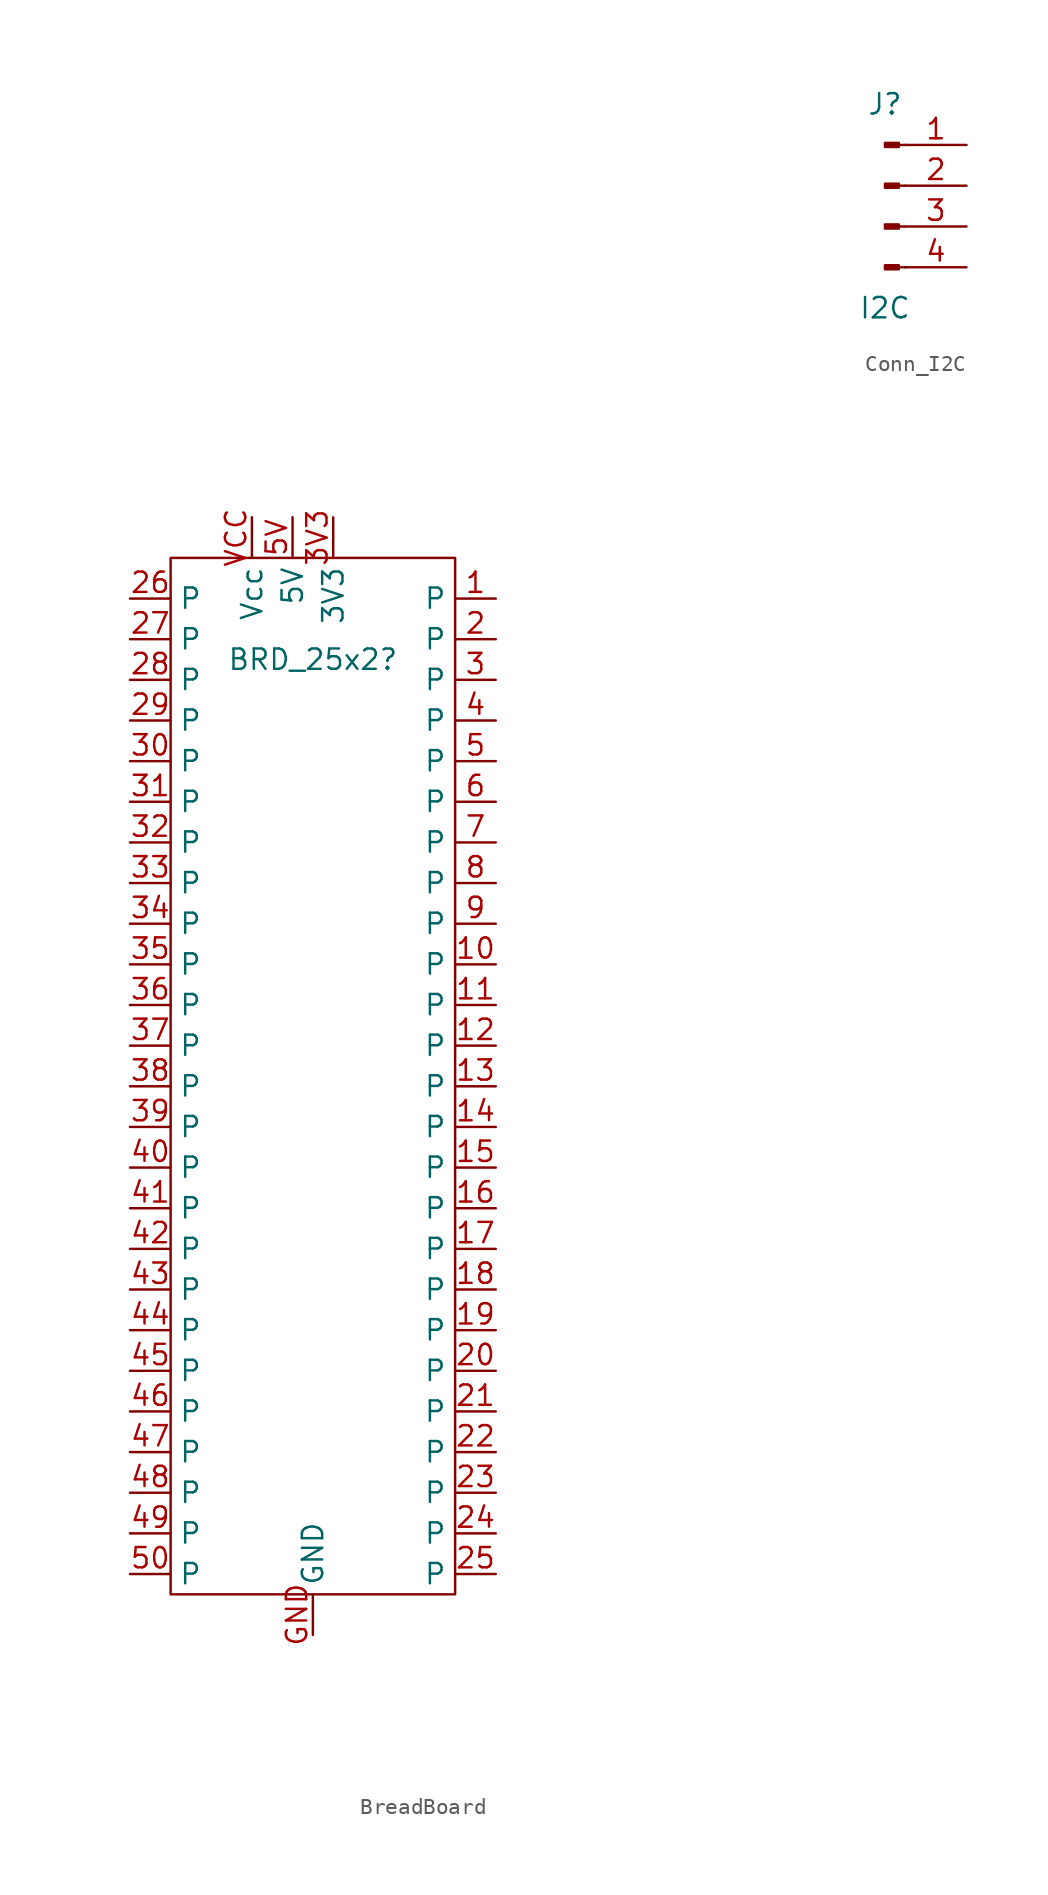
<source format=kicad_sym>
(kicad_symbol_lib
  (version 20220914)
  (generator kicad_symbol_editor)
  (symbol "BreadBoard"
    (property "Reference" "BRD_25x2"
      (at -19.05 -13.97 0)
      (effects (font (size 1.27 1.27))))
    (property "Value" ""
      (at 6.35 13.97 0)
      (effects (font (size 1.27 1.27))))
    (symbol "BreadBoard_0_1"
      (rectangle (start -27.94 -7.62) (end -10.16 -72.39) (stroke (width 0) (type default)) (fill (type none))))
    (symbol "BreadBoard_1_1"
      (pin passive line (at -7.62 -10.16 180) (length 2.54) (name "P" (effects (font (size 1.27 1.27)))) (number "1" (effects (font (size 1.27 1.27)))))
      (pin passive line (at -7.62 -33.02 180) (length 2.54) (name "P" (effects (font (size 1.27 1.27)))) (number "10" (effects (font (size 1.27 1.27)))))
      (pin passive line (at -7.62 -35.56 180) (length 2.54) (name "P" (effects (font (size 1.27 1.27)))) (number "11" (effects (font (size 1.27 1.27)))))
      (pin passive line (at -7.62 -38.1 180) (length 2.54) (name "P" (effects (font (size 1.27 1.27)))) (number "12" (effects (font (size 1.27 1.27)))))
      (pin passive line (at -7.62 -40.64 180) (length 2.54) (name "P" (effects (font (size 1.27 1.27)))) (number "13" (effects (font (size 1.27 1.27)))))
      (pin passive line (at -7.62 -43.18 180) (length 2.54) (name "P" (effects (font (size 1.27 1.27)))) (number "14" (effects (font (size 1.27 1.27)))))
      (pin passive line (at -7.62 -45.72 180) (length 2.54) (name "P" (effects (font (size 1.27 1.27)))) (number "15" (effects (font (size 1.27 1.27)))))
      (pin passive line (at -7.62 -48.26 180) (length 2.54) (name "P" (effects (font (size 1.27 1.27)))) (number "16" (effects (font (size 1.27 1.27)))))
      (pin passive line (at -7.62 -50.8 180) (length 2.54) (name "P" (effects (font (size 1.27 1.27)))) (number "17" (effects (font (size 1.27 1.27)))))
      (pin passive line (at -7.62 -53.34 180) (length 2.54) (name "P" (effects (font (size 1.27 1.27)))) (number "18" (effects (font (size 1.27 1.27)))))
      (pin passive line (at -7.62 -55.88 180) (length 2.54) (name "P" (effects (font (size 1.27 1.27)))) (number "19" (effects (font (size 1.27 1.27)))))
      (pin passive line (at -7.62 -12.7 180) (length 2.54) (name "P" (effects (font (size 1.27 1.27)))) (number "2" (effects (font (size 1.27 1.27)))))
      (pin passive line (at -7.62 -58.42 180) (length 2.54) (name "P" (effects (font (size 1.27 1.27)))) (number "20" (effects (font (size 1.27 1.27)))))
      (pin passive line (at -7.62 -60.96 180) (length 2.54) (name "P" (effects (font (size 1.27 1.27)))) (number "21" (effects (font (size 1.27 1.27)))))
      (pin passive line (at -7.62 -63.5 180) (length 2.54) (name "P" (effects (font (size 1.27 1.27)))) (number "22" (effects (font (size 1.27 1.27)))))
      (pin passive line (at -7.62 -66.04 180) (length 2.54) (name "P" (effects (font (size 1.27 1.27)))) (number "23" (effects (font (size 1.27 1.27)))))
      (pin passive line (at -7.62 -68.58 180) (length 2.54) (name "P" (effects (font (size 1.27 1.27)))) (number "24" (effects (font (size 1.27 1.27)))))
      (pin passive line (at -7.62 -71.12 180) (length 2.54) (name "P" (effects (font (size 1.27 1.27)))) (number "25" (effects (font (size 1.27 1.27)))))
      (pin passive line (at -30.48 -10.16 0) (length 2.54) (name "P" (effects (font (size 1.27 1.27)))) (number "26" (effects (font (size 1.27 1.27)))))
      (pin passive line (at -30.48 -12.7 0) (length 2.54) (name "P" (effects (font (size 1.27 1.27)))) (number "27" (effects (font (size 1.27 1.27)))))
      (pin passive line (at -30.48 -15.24 0) (length 2.54) (name "P" (effects (font (size 1.27 1.27)))) (number "28" (effects (font (size 1.27 1.27)))))
      (pin passive line (at -30.48 -17.78 0) (length 2.54) (name "P" (effects (font (size 1.27 1.27)))) (number "29" (effects (font (size 1.27 1.27)))))
      (pin passive line (at -7.62 -15.24 180) (length 2.54) (name "P" (effects (font (size 1.27 1.27)))) (number "3" (effects (font (size 1.27 1.27)))))
      (pin passive line (at -30.48 -20.32 0) (length 2.54) (name "P" (effects (font (size 1.27 1.27)))) (number "30" (effects (font (size 1.27 1.27)))))
      (pin passive line (at -30.48 -22.86 0) (length 2.54) (name "P" (effects (font (size 1.27 1.27)))) (number "31" (effects (font (size 1.27 1.27)))))
      (pin passive line (at -30.48 -25.4 0) (length 2.54) (name "P" (effects (font (size 1.27 1.27)))) (number "32" (effects (font (size 1.27 1.27)))))
      (pin passive line (at -30.48 -27.94 0) (length 2.54) (name "P" (effects (font (size 1.27 1.27)))) (number "33" (effects (font (size 1.27 1.27)))))
      (pin passive line (at -30.48 -30.48 0) (length 2.54) (name "P" (effects (font (size 1.27 1.27)))) (number "34" (effects (font (size 1.27 1.27)))))
      (pin passive line (at -30.48 -33.02 0) (length 2.54) (name "P" (effects (font (size 1.27 1.27)))) (number "35" (effects (font (size 1.27 1.27)))))
      (pin passive line (at -30.48 -35.56 0) (length 2.54) (name "P" (effects (font (size 1.27 1.27)))) (number "36" (effects (font (size 1.27 1.27)))))
      (pin passive line (at -30.48 -38.1 0) (length 2.54) (name "P" (effects (font (size 1.27 1.27)))) (number "37" (effects (font (size 1.27 1.27)))))
      (pin passive line (at -30.48 -40.64 0) (length 2.54) (name "P" (effects (font (size 1.27 1.27)))) (number "38" (effects (font (size 1.27 1.27)))))
      (pin passive line (at -30.48 -43.18 0) (length 2.54) (name "P" (effects (font (size 1.27 1.27)))) (number "39" (effects (font (size 1.27 1.27)))))
      (pin power_in line (at -17.78 -5.08 270) (length 2.54) (name "3V3" (effects (font (size 1.27 1.27)))) (number "3V3" (effects (font (size 1.27 1.27)))))
      (pin passive line (at -7.62 -17.78 180) (length 2.54) (name "P" (effects (font (size 1.27 1.27)))) (number "4" (effects (font (size 1.27 1.27)))))
      (pin passive line (at -30.48 -45.72 0) (length 2.54) (name "P" (effects (font (size 1.27 1.27)))) (number "40" (effects (font (size 1.27 1.27)))))
      (pin passive line (at -30.48 -48.26 0) (length 2.54) (name "P" (effects (font (size 1.27 1.27)))) (number "41" (effects (font (size 1.27 1.27)))))
      (pin passive line (at -30.48 -50.8 0) (length 2.54) (name "P" (effects (font (size 1.27 1.27)))) (number "42" (effects (font (size 1.27 1.27)))))
      (pin passive line (at -30.48 -53.34 0) (length 2.54) (name "P" (effects (font (size 1.27 1.27)))) (number "43" (effects (font (size 1.27 1.27)))))
      (pin passive line (at -30.48 -55.88 0) (length 2.54) (name "P" (effects (font (size 1.27 1.27)))) (number "44" (effects (font (size 1.27 1.27)))))
      (pin passive line (at -30.48 -58.42 0) (length 2.54) (name "P" (effects (font (size 1.27 1.27)))) (number "45" (effects (font (size 1.27 1.27)))))
      (pin passive line (at -30.48 -60.96 0) (length 2.54) (name "P" (effects (font (size 1.27 1.27)))) (number "46" (effects (font (size 1.27 1.27)))))
      (pin passive line (at -30.48 -63.5 0) (length 2.54) (name "P" (effects (font (size 1.27 1.27)))) (number "47" (effects (font (size 1.27 1.27)))))
      (pin passive line (at -30.48 -66.04 0) (length 2.54) (name "P" (effects (font (size 1.27 1.27)))) (number "48" (effects (font (size 1.27 1.27)))))
      (pin passive line (at -30.48 -68.58 0) (length 2.54) (name "P" (effects (font (size 1.27 1.27)))) (number "49" (effects (font (size 1.27 1.27)))))
      (pin passive line (at -7.62 -20.32 180) (length 2.54) (name "P" (effects (font (size 1.27 1.27)))) (number "5" (effects (font (size 1.27 1.27)))))
      (pin passive line (at -30.48 -71.12 0) (length 2.54) (name "P" (effects (font (size 1.27 1.27)))) (number "50" (effects (font (size 1.27 1.27)))))
      (pin power_in line (at -20.32 -5.08 270) (length 2.54) (name "5V" (effects (font (size 1.27 1.27)))) (number "5V" (effects (font (size 1.27 1.27)))))
      (pin passive line (at -7.62 -22.86 180) (length 2.54) (name "P" (effects (font (size 1.27 1.27)))) (number "6" (effects (font (size 1.27 1.27)))))
      (pin passive line (at -7.62 -25.4 180) (length 2.54) (name "P" (effects (font (size 1.27 1.27)))) (number "7" (effects (font (size 1.27 1.27)))))
      (pin passive line (at -7.62 -27.94 180) (length 2.54) (name "P" (effects (font (size 1.27 1.27)))) (number "8" (effects (font (size 1.27 1.27)))))
      (pin passive line (at -7.62 -30.48 180) (length 2.54) (name "P" (effects (font (size 1.27 1.27)))) (number "9" (effects (font (size 1.27 1.27)))))
      (pin power_out line (at -19.05 -74.93 90) (length 2.54) (name "GND" (effects (font (size 1.27 1.27)))) (number "GND" (effects (font (size 1.27 1.27)))))
      (pin power_in line (at -22.86 -5.08 270) (length 2.54) (name "Vcc" (effects (font (size 1.27 1.27)))) (number "VCC" (effects (font (size 1.27 1.27)))))))
  (symbol "Conn_I2C"
    (pin_names
      (offset 1.016) hide)
    (property "Reference" "J"
      (at 0 5.08 0)
      (effects (font (size 1.27 1.27))))
    (property "Value" "I2C"
      (at 0 -7.62 0)
      (effects (font (size 1.27 1.27))))
    (property "ki_locked" ""
      (at 0 0 0)
      (effects (font (size 1.27 1.27))))
    (symbol "Conn_I2C_1_1"
      (polyline (pts (xy 1.27 -5.08) (xy 0.864 -5.08)) (stroke (width 0.152) (type default)) (fill (type none)))
      (polyline (pts (xy 1.27 -2.54) (xy 0.864 -2.54)) (stroke (width 0.152) (type default)) (fill (type none)))
      (polyline (pts (xy 1.27 0) (xy 0.864 0)) (stroke (width 0.152) (type default)) (fill (type none)))
      (polyline (pts (xy 1.27 2.54) (xy 0.864 2.54)) (stroke (width 0.152) (type default)) (fill (type none)))
      (rectangle (start 0.864 -4.953) (end 0 -5.207) (stroke (width 0.152) (type default)) (fill (type outline)))
      (rectangle (start 0.864 -2.413) (end 0 -2.667) (stroke (width 0.152) (type default)) (fill (type outline)))
      (rectangle (start 0.864 0.127) (end 0 -0.127) (stroke (width 0.152) (type default)) (fill (type outline)))
      (rectangle (start 0.864 2.667) (end 0 2.413) (stroke (width 0.152) (type default)) (fill (type outline)))
      (pin passive line (at 5.08 2.54 180) (length 3.81) (name "Pin_1" (effects (font (size 1.27 1.27)))) (number "1" (effects (font (size 1.27 1.27)))))
      (pin passive line (at 5.08 0 180) (length 3.81) (name "Pin_2" (effects (font (size 1.27 1.27)))) (number "2" (effects (font (size 1.27 1.27)))))
      (pin passive line (at 5.08 -2.54 180) (length 3.81) (name "Pin_3" (effects (font (size 1.27 1.27)))) (number "3" (effects (font (size 1.27 1.27)))))
      (pin passive line (at 5.08 -5.08 180) (length 3.81) (name "Pin_4" (effects (font (size 1.27 1.27)))) (number "4" (effects (font (size 1.27 1.27))))))))
</source>
